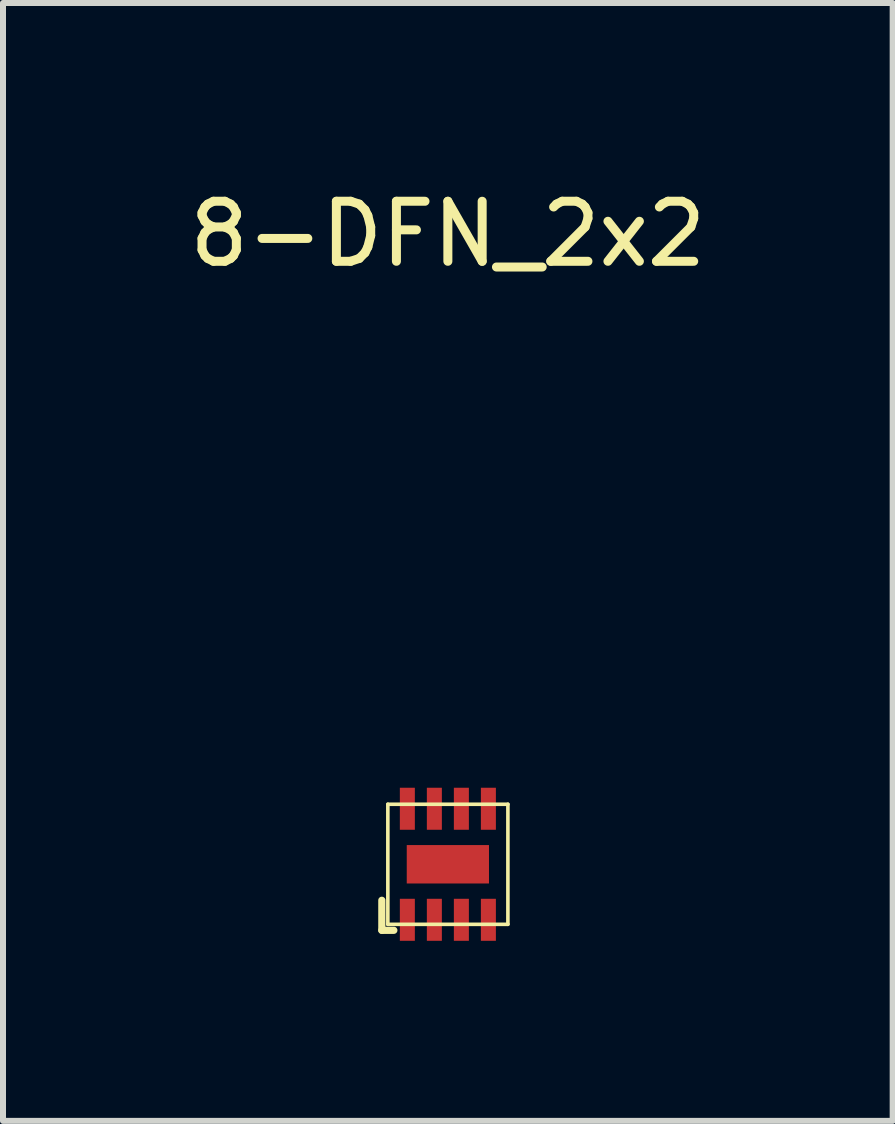
<source format=kicad_pcb>
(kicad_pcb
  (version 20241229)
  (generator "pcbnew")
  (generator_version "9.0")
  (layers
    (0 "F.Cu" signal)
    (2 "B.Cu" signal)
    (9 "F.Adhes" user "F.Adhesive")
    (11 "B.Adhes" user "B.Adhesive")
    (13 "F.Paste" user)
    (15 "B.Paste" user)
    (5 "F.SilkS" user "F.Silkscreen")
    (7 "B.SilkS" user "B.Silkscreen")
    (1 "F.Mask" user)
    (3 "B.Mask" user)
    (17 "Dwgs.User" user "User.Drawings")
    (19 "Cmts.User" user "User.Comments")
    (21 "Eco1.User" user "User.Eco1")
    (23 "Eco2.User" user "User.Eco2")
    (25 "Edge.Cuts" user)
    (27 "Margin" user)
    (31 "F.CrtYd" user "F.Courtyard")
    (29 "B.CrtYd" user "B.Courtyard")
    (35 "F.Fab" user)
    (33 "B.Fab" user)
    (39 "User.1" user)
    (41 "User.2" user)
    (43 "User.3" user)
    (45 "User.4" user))
  (footprint "8-DFN_2x2"
    (layer "F.Cu")
    (at 4.411 11.348)
    (property "Reference" "8-DFN_2x2" (at 0 -10.5 0) (layer "F.SilkS") (effects (font (size 1 1) (thickness 0.15))))
    (attr through_hole)
    (fp_line (start -1.1 0.6) (end -1.1 1.1) (stroke (width 0.12) (type solid)) (layer "F.SilkS"))
    (fp_line (start -1.1 1.1) (end -0.9 1.1) (stroke (width 0.12) (type solid)) (layer "F.SilkS"))
    (fp_line (start -1 -1) (end 1 -1) (stroke (width 0.06) (type solid)) (layer "F.SilkS"))
    (fp_line (start -1 1) (end -1 -1) (stroke (width 0.06) (type solid)) (layer "F.SilkS"))
    (fp_line (start 1 -1) (end 1 1) (stroke (width 0.06) (type solid)) (layer "F.SilkS"))
    (fp_line (start 1 1) (end -1 1) (stroke (width 0.06) (type solid)) (layer "F.SilkS"))
    (pad "1" smd rect (at -0.675 0.925) (size 0.25 0.7) (layers "F.Cu" "F.Mask" "F.Paste"))
    (pad "2" smd rect (at -0.225 0.925) (size 0.25 0.7) (layers "F.Cu" "F.Mask" "F.Paste"))
    (pad "3" smd rect (at 0.225 0.925) (size 0.25 0.7) (layers "F.Cu" "F.Mask" "F.Paste"))
    (pad "4" smd rect (at 0.675 0.925) (size 0.25 0.7) (layers "F.Cu" "F.Mask" "F.Paste"))
    (pad "5" smd rect (at 0.675 -0.925) (size 0.25 0.7) (layers "F.Cu" "F.Mask" "F.Paste"))
    (pad "6" smd rect (at 0.225 -0.925) (size 0.25 0.7) (layers "F.Cu" "F.Mask" "F.Paste"))
    (pad "7" smd rect (at -0.225 -0.925) (size 0.25 0.7) (layers "F.Cu" "F.Mask" "F.Paste"))
    (pad "8" smd rect (at -0.675 -0.925) (size 0.25 0.7) (layers "F.Cu" "F.Mask" "F.Paste"))
    (pad "9" smd rect (at 0 0) (size 1.37 0.64) (layers "F.Cu" "F.Mask" "F.Paste")))
  (gr_rect
    (start -3 -3)
    (end 11.821 15.623)
    (stroke (width 0.1) (type default))
    (fill no)
    (layer "Edge.Cuts")))
</source>
